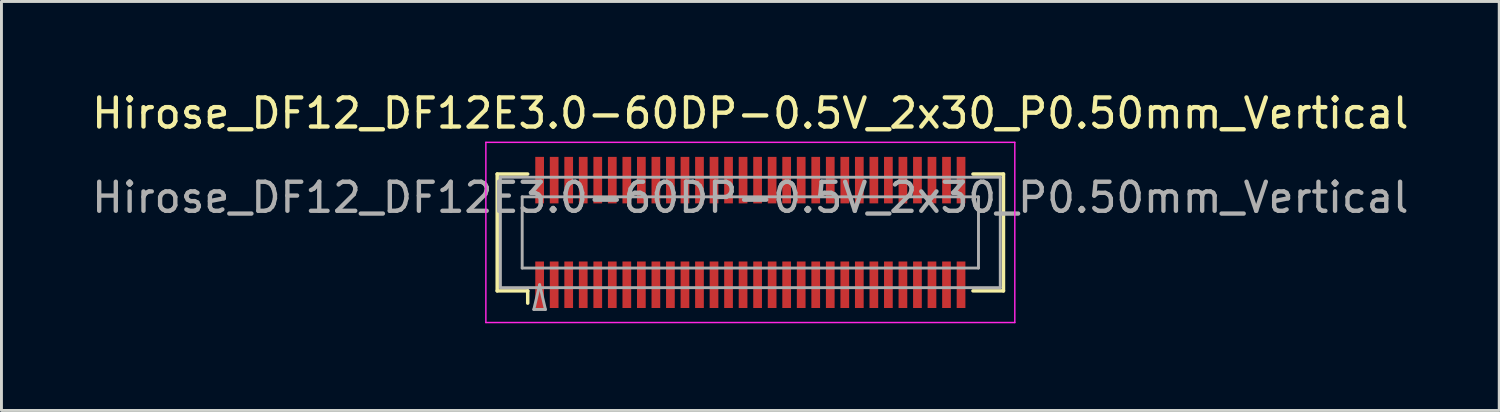
<source format=kicad_pcb>
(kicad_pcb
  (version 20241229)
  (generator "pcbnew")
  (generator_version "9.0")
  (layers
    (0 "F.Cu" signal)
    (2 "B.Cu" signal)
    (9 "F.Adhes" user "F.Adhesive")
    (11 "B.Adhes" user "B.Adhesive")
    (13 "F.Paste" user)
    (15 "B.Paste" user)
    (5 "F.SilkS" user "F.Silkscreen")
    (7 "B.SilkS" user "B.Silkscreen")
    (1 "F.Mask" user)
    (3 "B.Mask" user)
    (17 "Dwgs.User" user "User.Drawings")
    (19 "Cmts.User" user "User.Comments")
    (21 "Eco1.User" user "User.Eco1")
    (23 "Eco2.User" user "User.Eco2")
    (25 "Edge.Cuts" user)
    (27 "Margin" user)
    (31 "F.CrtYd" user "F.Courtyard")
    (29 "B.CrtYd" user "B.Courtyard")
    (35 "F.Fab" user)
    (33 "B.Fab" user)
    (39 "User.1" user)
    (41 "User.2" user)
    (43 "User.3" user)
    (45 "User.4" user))
  (footprint "Hirose_DF12_DF12E3.0-60DP-0.5V_2x30_P0.50mm_Vertical"
    (layer "F.Cu")
    (at 22.768 4.948)
    (property "Reference" "Hirose_DF12_DF12E3.0-60DP-0.5V_2x30_P0.50mm_Vertical" (at 0 -4.1 0) (layer "F.SilkS") (effects (font (size 1 1) (thickness 0.15))))
    (attr smd)
    (fp_line (start -8.71 -2.01) (end -7.66 -2.01) (stroke (width 0.12) (type solid)) (layer "F.SilkS"))
    (fp_line (start -8.71 2.01) (end -8.71 -2.01) (stroke (width 0.12) (type solid)) (layer "F.SilkS"))
    (fp_line (start -7.66 2.01) (end -8.71 2.01) (stroke (width 0.12) (type solid)) (layer "F.SilkS"))
    (fp_line (start -7.66 2.433) (end -7.66 2.01) (stroke (width 0.12) (type solid)) (layer "F.SilkS"))
    (fp_line (start 7.66 2.01) (end 8.71 2.01) (stroke (width 0.12) (type solid)) (layer "F.SilkS"))
    (fp_line (start 8.71 -2.01) (end 7.66 -2.01) (stroke (width 0.12) (type solid)) (layer "F.SilkS"))
    (fp_line (start 8.71 2.01) (end 8.71 -2.01) (stroke (width 0.12) (type solid)) (layer "F.SilkS"))
    (fp_line (start -9.1 -3.1) (end -9.1 3.1) (stroke (width 0.05) (type solid)) (layer "F.CrtYd"))
    (fp_line (start -9.1 3.1) (end 9.1 3.1) (stroke (width 0.05) (type solid)) (layer "F.CrtYd"))
    (fp_line (start 9.1 -3.1) (end -9.1 -3.1) (stroke (width 0.05) (type solid)) (layer "F.CrtYd"))
    (fp_line (start 9.1 3.1) (end 9.1 -3.1) (stroke (width 0.05) (type solid)) (layer "F.CrtYd"))
    (fp_line (start -8.6 -1.9) (end 8.6 -1.9) (stroke (width 0.1) (type solid)) (layer "F.Fab"))
    (fp_line (start -8.6 1.9) (end -8.6 -1.9) (stroke (width 0.1) (type solid)) (layer "F.Fab"))
    (fp_line (start -7.85 -1.225) (end 7.85 -1.225) (stroke (width 0.1) (type solid)) (layer "F.Fab"))
    (fp_line (start -7.85 1.225) (end -7.85 -1.225) (stroke (width 0.1) (type solid)) (layer "F.Fab"))
    (fp_line (start -7.45 2.65) (end -7.25 1.8) (stroke (width 0.1) (type solid)) (layer "F.Fab"))
    (fp_line (start -7.25 1.8) (end -7.05 2.65) (stroke (width 0.1) (type solid)) (layer "F.Fab"))
    (fp_line (start -7.05 2.65) (end -7.45 2.65) (stroke (width 0.1) (type solid)) (layer "F.Fab"))
    (fp_line (start 7.85 -1.225) (end 7.85 1.225) (stroke (width 0.1) (type solid)) (layer "F.Fab"))
    (fp_line (start 7.85 1.225) (end -7.85 1.225) (stroke (width 0.1) (type solid)) (layer "F.Fab"))
    (fp_line (start 8.6 -1.9) (end 8.6 1.9) (stroke (width 0.1) (type solid)) (layer "F.Fab"))
    (fp_line (start 8.6 1.9) (end -8.6 1.9) (stroke (width 0.1) (type solid)) (layer "F.Fab"))
    (fp_text user "${REFERENCE}" (at 0 -1.2 0) (layer "F.Fab") (effects (font (size 1 1) (thickness 0.15))))
    (pad "" smd rect (at -7.25 -2) (size 0.28 1.2) (layers "F.Paste"))
    (pad "" smd rect (at -7.25 2) (size 0.28 1.2) (layers "F.Paste"))
    (pad "" smd rect (at -6.75 -2) (size 0.28 1.2) (layers "F.Paste"))
    (pad "" smd rect (at -6.75 2) (size 0.28 1.2) (layers "F.Paste"))
    (pad "" smd rect (at -6.25 -2) (size 0.28 1.2) (layers "F.Paste"))
    (pad "" smd rect (at -6.25 2) (size 0.28 1.2) (layers "F.Paste"))
    (pad "" smd rect (at -5.75 -2) (size 0.28 1.2) (layers "F.Paste"))
    (pad "" smd rect (at -5.75 2) (size 0.28 1.2) (layers "F.Paste"))
    (pad "" smd rect (at -5.25 -2) (size 0.28 1.2) (layers "F.Paste"))
    (pad "" smd rect (at -5.25 2) (size 0.28 1.2) (layers "F.Paste"))
    (pad "" smd rect (at -4.75 -2) (size 0.28 1.2) (layers "F.Paste"))
    (pad "" smd rect (at -4.75 2) (size 0.28 1.2) (layers "F.Paste"))
    (pad "" smd rect (at -4.25 -2) (size 0.28 1.2) (layers "F.Paste"))
    (pad "" smd rect (at -4.25 2) (size 0.28 1.2) (layers "F.Paste"))
    (pad "" smd rect (at -3.75 -2) (size 0.28 1.2) (layers "F.Paste"))
    (pad "" smd rect (at -3.75 2) (size 0.28 1.2) (layers "F.Paste"))
    (pad "" smd rect (at -3.25 -2) (size 0.28 1.2) (layers "F.Paste"))
    (pad "" smd rect (at -3.25 2) (size 0.28 1.2) (layers "F.Paste"))
    (pad "" smd rect (at -2.75 -2) (size 0.28 1.2) (layers "F.Paste"))
    (pad "" smd rect (at -2.75 2) (size 0.28 1.2) (layers "F.Paste"))
    (pad "" smd rect (at -2.25 -2) (size 0.28 1.2) (layers "F.Paste"))
    (pad "" smd rect (at -2.25 2) (size 0.28 1.2) (layers "F.Paste"))
    (pad "" smd rect (at -1.75 -2) (size 0.28 1.2) (layers "F.Paste"))
    (pad "" smd rect (at -1.75 2) (size 0.28 1.2) (layers "F.Paste"))
    (pad "" smd rect (at -1.25 -2) (size 0.28 1.2) (layers "F.Paste"))
    (pad "" smd rect (at -1.25 2) (size 0.28 1.2) (layers "F.Paste"))
    (pad "" smd rect (at -0.75 -2) (size 0.28 1.2) (layers "F.Paste"))
    (pad "" smd rect (at -0.75 2) (size 0.28 1.2) (layers "F.Paste"))
    (pad "" smd rect (at -0.25 -2) (size 0.28 1.2) (layers "F.Paste"))
    (pad "" smd rect (at -0.25 2) (size 0.28 1.2) (layers "F.Paste"))
    (pad "" smd rect (at 0.25 -2) (size 0.28 1.2) (layers "F.Paste"))
    (pad "" smd rect (at 0.25 2) (size 0.28 1.2) (layers "F.Paste"))
    (pad "" smd rect (at 0.75 -2) (size 0.28 1.2) (layers "F.Paste"))
    (pad "" smd rect (at 0.75 2) (size 0.28 1.2) (layers "F.Paste"))
    (pad "" smd rect (at 1.25 -2) (size 0.28 1.2) (layers "F.Paste"))
    (pad "" smd rect (at 1.25 2) (size 0.28 1.2) (layers "F.Paste"))
    (pad "" smd rect (at 1.75 -2) (size 0.28 1.2) (layers "F.Paste"))
    (pad "" smd rect (at 1.75 2) (size 0.28 1.2) (layers "F.Paste"))
    (pad "" smd rect (at 2.25 -2) (size 0.28 1.2) (layers "F.Paste"))
    (pad "" smd rect (at 2.25 2) (size 0.28 1.2) (layers "F.Paste"))
    (pad "" smd rect (at 2.75 -2) (size 0.28 1.2) (layers "F.Paste"))
    (pad "" smd rect (at 2.75 2) (size 0.28 1.2) (layers "F.Paste"))
    (pad "" smd rect (at 3.25 -2) (size 0.28 1.2) (layers "F.Paste"))
    (pad "" smd rect (at 3.25 2) (size 0.28 1.2) (layers "F.Paste"))
    (pad "" smd rect (at 3.75 -2) (size 0.28 1.2) (layers "F.Paste"))
    (pad "" smd rect (at 3.75 2) (size 0.28 1.2) (layers "F.Paste"))
    (pad "" smd rect (at 4.25 -2) (size 0.28 1.2) (layers "F.Paste"))
    (pad "" smd rect (at 4.25 2) (size 0.28 1.2) (layers "F.Paste"))
    (pad "" smd rect (at 4.75 -2) (size 0.28 1.2) (layers "F.Paste"))
    (pad "" smd rect (at 4.75 2) (size 0.28 1.2) (layers "F.Paste"))
    (pad "" smd rect (at 5.25 -2) (size 0.28 1.2) (layers "F.Paste"))
    (pad "" smd rect (at 5.25 2) (size 0.28 1.2) (layers "F.Paste"))
    (pad "" smd rect (at 5.75 -2) (size 0.28 1.2) (layers "F.Paste"))
    (pad "" smd rect (at 5.75 2) (size 0.28 1.2) (layers "F.Paste"))
    (pad "" smd rect (at 6.25 -2) (size 0.28 1.2) (layers "F.Paste"))
    (pad "" smd rect (at 6.25 2) (size 0.28 1.2) (layers "F.Paste"))
    (pad "" smd rect (at 6.75 -2) (size 0.28 1.2) (layers "F.Paste"))
    (pad "" smd rect (at 6.75 2) (size 0.28 1.2) (layers "F.Paste"))
    (pad "" smd rect (at 7.25 -2) (size 0.28 1.2) (layers "F.Paste"))
    (pad "" smd rect (at 7.25 2) (size 0.28 1.2) (layers "F.Paste"))
    (pad "1" smd rect (at -7.25 1.8) (size 0.3 1.6) (layers "F.Cu" "F.Mask"))
    (pad "2" smd rect (at -6.75 1.8) (size 0.3 1.6) (layers "F.Cu" "F.Mask"))
    (pad "3" smd rect (at -6.25 1.8) (size 0.3 1.6) (layers "F.Cu" "F.Mask"))
    (pad "4" smd rect (at -5.75 1.8) (size 0.3 1.6) (layers "F.Cu" "F.Mask"))
    (pad "5" smd rect (at -5.25 1.8) (size 0.3 1.6) (layers "F.Cu" "F.Mask"))
    (pad "6" smd rect (at -4.75 1.8) (size 0.3 1.6) (layers "F.Cu" "F.Mask"))
    (pad "7" smd rect (at -4.25 1.8) (size 0.3 1.6) (layers "F.Cu" "F.Mask"))
    (pad "8" smd rect (at -3.75 1.8) (size 0.3 1.6) (layers "F.Cu" "F.Mask"))
    (pad "9" smd rect (at -3.25 1.8) (size 0.3 1.6) (layers "F.Cu" "F.Mask"))
    (pad "10" smd rect (at -2.75 1.8) (size 0.3 1.6) (layers "F.Cu" "F.Mask"))
    (pad "11" smd rect (at -2.25 1.8) (size 0.3 1.6) (layers "F.Cu" "F.Mask"))
    (pad "12" smd rect (at -1.75 1.8) (size 0.3 1.6) (layers "F.Cu" "F.Mask"))
    (pad "13" smd rect (at -1.25 1.8) (size 0.3 1.6) (layers "F.Cu" "F.Mask"))
    (pad "14" smd rect (at -0.75 1.8) (size 0.3 1.6) (layers "F.Cu" "F.Mask"))
    (pad "15" smd rect (at -0.25 1.8) (size 0.3 1.6) (layers "F.Cu" "F.Mask"))
    (pad "16" smd rect (at 0.25 1.8) (size 0.3 1.6) (layers "F.Cu" "F.Mask"))
    (pad "17" smd rect (at 0.75 1.8) (size 0.3 1.6) (layers "F.Cu" "F.Mask"))
    (pad "18" smd rect (at 1.25 1.8) (size 0.3 1.6) (layers "F.Cu" "F.Mask"))
    (pad "19" smd rect (at 1.75 1.8) (size 0.3 1.6) (layers "F.Cu" "F.Mask"))
    (pad "20" smd rect (at 2.25 1.8) (size 0.3 1.6) (layers "F.Cu" "F.Mask"))
    (pad "21" smd rect (at 2.75 1.8) (size 0.3 1.6) (layers "F.Cu" "F.Mask"))
    (pad "22" smd rect (at 3.25 1.8) (size 0.3 1.6) (layers "F.Cu" "F.Mask"))
    (pad "23" smd rect (at 3.75 1.8) (size 0.3 1.6) (layers "F.Cu" "F.Mask"))
    (pad "24" smd rect (at 4.25 1.8) (size 0.3 1.6) (layers "F.Cu" "F.Mask"))
    (pad "25" smd rect (at 4.75 1.8) (size 0.3 1.6) (layers "F.Cu" "F.Mask"))
    (pad "26" smd rect (at 5.25 1.8) (size 0.3 1.6) (layers "F.Cu" "F.Mask"))
    (pad "27" smd rect (at 5.75 1.8) (size 0.3 1.6) (layers "F.Cu" "F.Mask"))
    (pad "28" smd rect (at 6.25 1.8) (size 0.3 1.6) (layers "F.Cu" "F.Mask"))
    (pad "29" smd rect (at 6.75 1.8) (size 0.3 1.6) (layers "F.Cu" "F.Mask"))
    (pad "30" smd rect (at 7.25 1.8) (size 0.3 1.6) (layers "F.Cu" "F.Mask"))
    (pad "31" smd rect (at -7.25 -1.8) (size 0.3 1.6) (layers "F.Cu" "F.Mask"))
    (pad "32" smd rect (at -6.75 -1.8) (size 0.3 1.6) (layers "F.Cu" "F.Mask"))
    (pad "33" smd rect (at -6.25 -1.8) (size 0.3 1.6) (layers "F.Cu" "F.Mask"))
    (pad "34" smd rect (at -5.75 -1.8) (size 0.3 1.6) (layers "F.Cu" "F.Mask"))
    (pad "35" smd rect (at -5.25 -1.8) (size 0.3 1.6) (layers "F.Cu" "F.Mask"))
    (pad "36" smd rect (at -4.75 -1.8) (size 0.3 1.6) (layers "F.Cu" "F.Mask"))
    (pad "37" smd rect (at -4.25 -1.8) (size 0.3 1.6) (layers "F.Cu" "F.Mask"))
    (pad "38" smd rect (at -3.75 -1.8) (size 0.3 1.6) (layers "F.Cu" "F.Mask"))
    (pad "39" smd rect (at -3.25 -1.8) (size 0.3 1.6) (layers "F.Cu" "F.Mask"))
    (pad "40" smd rect (at -2.75 -1.8) (size 0.3 1.6) (layers "F.Cu" "F.Mask"))
    (pad "41" smd rect (at -2.25 -1.8) (size 0.3 1.6) (layers "F.Cu" "F.Mask"))
    (pad "42" smd rect (at -1.75 -1.8) (size 0.3 1.6) (layers "F.Cu" "F.Mask"))
    (pad "43" smd rect (at -1.25 -1.8) (size 0.3 1.6) (layers "F.Cu" "F.Mask"))
    (pad "44" smd rect (at -0.75 -1.8) (size 0.3 1.6) (layers "F.Cu" "F.Mask"))
    (pad "45" smd rect (at -0.25 -1.8) (size 0.3 1.6) (layers "F.Cu" "F.Mask"))
    (pad "46" smd rect (at 0.25 -1.8) (size 0.3 1.6) (layers "F.Cu" "F.Mask"))
    (pad "47" smd rect (at 0.75 -1.8) (size 0.3 1.6) (layers "F.Cu" "F.Mask"))
    (pad "48" smd rect (at 1.25 -1.8) (size 0.3 1.6) (layers "F.Cu" "F.Mask"))
    (pad "49" smd rect (at 1.75 -1.8) (size 0.3 1.6) (layers "F.Cu" "F.Mask"))
    (pad "50" smd rect (at 2.25 -1.8) (size 0.3 1.6) (layers "F.Cu" "F.Mask"))
    (pad "51" smd rect (at 2.75 -1.8) (size 0.3 1.6) (layers "F.Cu" "F.Mask"))
    (pad "52" smd rect (at 3.25 -1.8) (size 0.3 1.6) (layers "F.Cu" "F.Mask"))
    (pad "53" smd rect (at 3.75 -1.8) (size 0.3 1.6) (layers "F.Cu" "F.Mask"))
    (pad "54" smd rect (at 4.25 -1.8) (size 0.3 1.6) (layers "F.Cu" "F.Mask"))
    (pad "55" smd rect (at 4.75 -1.8) (size 0.3 1.6) (layers "F.Cu" "F.Mask"))
    (pad "56" smd rect (at 5.25 -1.8) (size 0.3 1.6) (layers "F.Cu" "F.Mask"))
    (pad "57" smd rect (at 5.75 -1.8) (size 0.3 1.6) (layers "F.Cu" "F.Mask"))
    (pad "58" smd rect (at 6.25 -1.8) (size 0.3 1.6) (layers "F.Cu" "F.Mask"))
    (pad "59" smd rect (at 6.75 -1.8) (size 0.3 1.6) (layers "F.Cu" "F.Mask"))
    (pad "60" smd rect (at 7.25 -1.8) (size 0.3 1.6) (layers "F.Cu" "F.Mask")))
  (gr_rect
    (start -3 -3)
    (end 48.536 11.073)
    (stroke (width 0.1) (type default))
    (fill no)
    (layer "Edge.Cuts")))
</source>
